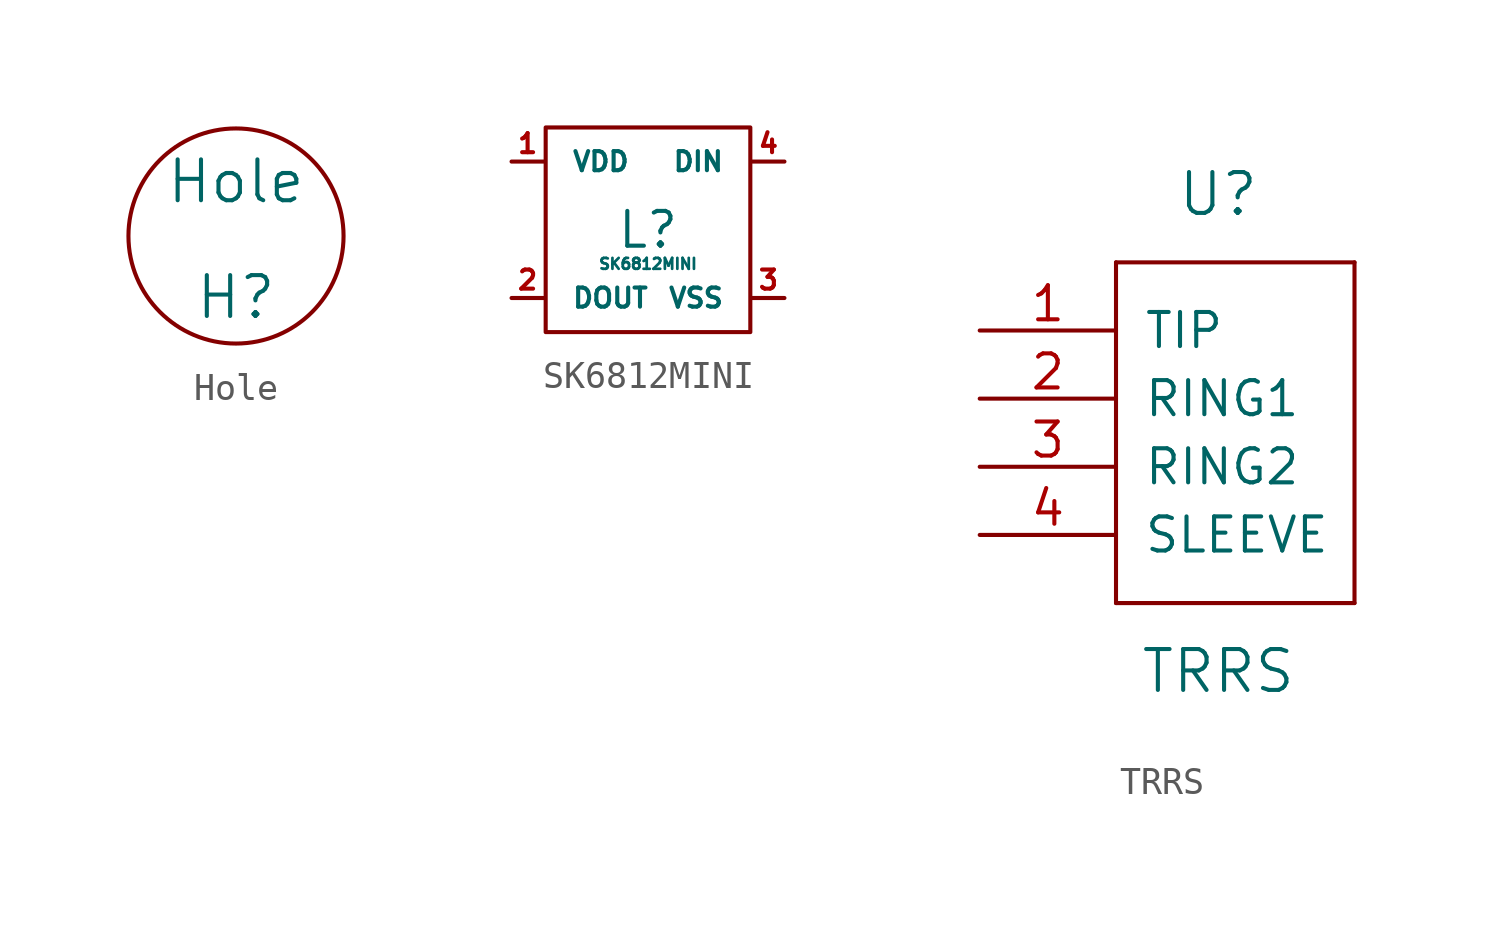
<source format=kicad_sym>
(kicad_symbol_lib
  (version 20231120)
  (generator "kicad_symbol_editor")
  (generator_version "8.0")
  (symbol "Hole"
    (pin_names
      (offset 1.016))
    (property "Reference" "H"
      (at 0 -2.286 0)
      (effects (font (size 1.524 1.524))))
    (property "Value" "Hole"
      (at 0 2.032 0)
      (effects (font (size 1.524 1.524))))
    (symbol "Hole_0_1"
      (circle (center 0 0) (radius 4.013) (stroke (width 0) (type solid)) (fill (type none)))))
  (symbol "SK6812MINI"
    (pin_names
      (offset 1.016))
    (property "Reference" "L"
      (at 0 0 0)
      (effects (font (size 1.295 1.295))))
    (property "Value" "SK6812MINI"
      (at 0 -1.27 0)
      (effects (font (size 0.406 0.406))))
    (symbol "SK6812MINI_0_1"
      (rectangle (start -3.81 3.81) (end 3.81 -3.81) (stroke (width 0) (type solid)) (fill (type none))))
    (symbol "SK6812MINI_1_1"
      (pin power_in line (at -5.08 2.54 0) (length 1.194) (name "VDD" (effects (font (size 0.711 0.711)))) (number "1" (effects (font (size 0.711 0.711)))))
      (pin output line (at -5.08 -2.54 0) (length 1.194) (name "DOUT" (effects (font (size 0.711 0.711)))) (number "2" (effects (font (size 0.711 0.711)))))
      (pin power_in line (at 5.08 -2.54 180) (length 1.194) (name "VSS" (effects (font (size 0.711 0.711)))) (number "3" (effects (font (size 0.711 0.711)))))
      (pin input line (at 5.08 2.54 180) (length 1.194) (name "DIN" (effects (font (size 0.711 0.711)))) (number "4" (effects (font (size 0.711 0.711)))))))
  (symbol "TRRS"
    (pin_names
      (offset 1.016))
    (property "Reference" "U"
      (at 0 15.24 0)
      (effects (font (size 1.524 1.524))))
    (property "Value" "TRRS"
      (at 0 -2.54 0)
      (effects (font (size 1.524 1.524))))
    (symbol "TRRS_0_1"
      (rectangle (start -3.81 0) (end -3.81 12.7) (stroke (width 0) (type solid)) (fill (type none)))
      (rectangle (start -3.81 12.7) (end 5.08 12.7) (stroke (width 0) (type solid)) (fill (type none)))
      (rectangle (start 5.08 0) (end -3.81 0) (stroke (width 0) (type solid)) (fill (type none)))
      (rectangle (start 5.08 12.7) (end 5.08 0) (stroke (width 0) (type solid)) (fill (type none))))
    (symbol "TRRS_1_1"
      (pin input line (at -8.89 10.16 0) (length 5.08) (name "TIP" (effects (font (size 1.27 1.27)))) (number "1" (effects (font (size 1.27 1.27)))))
      (pin input line (at -8.89 7.62 0) (length 5.08) (name "RING1" (effects (font (size 1.27 1.27)))) (number "2" (effects (font (size 1.27 1.27)))))
      (pin input line (at -8.89 5.08 0) (length 5.08) (name "RING2" (effects (font (size 1.27 1.27)))) (number "3" (effects (font (size 1.27 1.27)))))
      (pin input line (at -8.89 2.54 0) (length 5.08) (name "SLEEVE" (effects (font (size 1.27 1.27)))) (number "4" (effects (font (size 1.27 1.27))))))))
</source>
